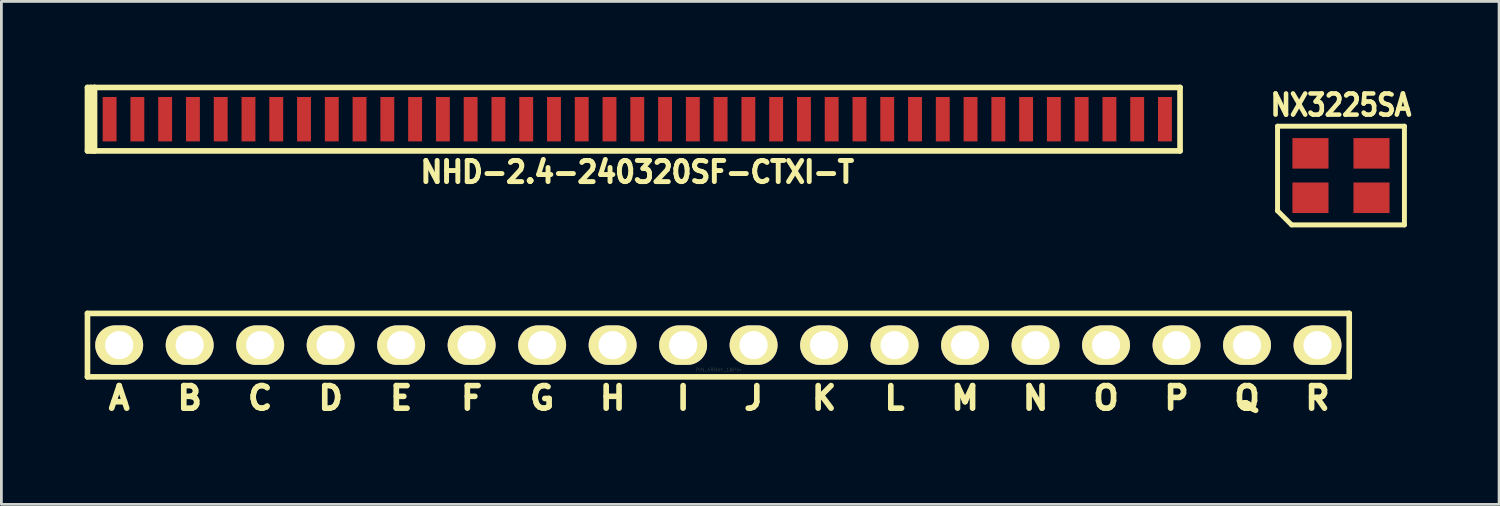
<source format=kicad_pcb>
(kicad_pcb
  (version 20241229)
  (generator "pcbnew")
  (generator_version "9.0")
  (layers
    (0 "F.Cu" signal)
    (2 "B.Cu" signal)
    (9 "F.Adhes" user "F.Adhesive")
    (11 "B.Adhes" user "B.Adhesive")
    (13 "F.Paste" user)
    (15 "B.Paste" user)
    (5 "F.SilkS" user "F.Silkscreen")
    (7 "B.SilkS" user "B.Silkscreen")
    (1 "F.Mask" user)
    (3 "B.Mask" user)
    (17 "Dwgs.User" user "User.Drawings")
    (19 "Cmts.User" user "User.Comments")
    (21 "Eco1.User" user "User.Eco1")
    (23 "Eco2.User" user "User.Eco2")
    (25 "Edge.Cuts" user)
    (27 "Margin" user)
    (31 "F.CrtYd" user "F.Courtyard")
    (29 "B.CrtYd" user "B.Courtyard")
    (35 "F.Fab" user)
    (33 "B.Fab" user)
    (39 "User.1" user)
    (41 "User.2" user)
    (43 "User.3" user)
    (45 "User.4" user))
  (footprint "PIN_ARRAY_18Pin"
    (layer "F.Cu")
    (at 22.835 9.387)
    (property "Reference" "PIN_ARRAY_18Pin" (at 0 0.889 0) (layer "F.SilkS") (effects (font (size 0.127 0.127) (thickness 0.003))))
    (attr through_hole)
    (fp_line (start -22.733 -1.143) (end -22.733 1.143) (stroke (width 0.203) (type solid)) (layer "F.SilkS"))
    (fp_line (start -22.733 -1.143) (end 22.733 -1.143) (stroke (width 0.203) (type solid)) (layer "F.SilkS"))
    (fp_line (start 22.733 -1.143) (end 22.733 1.143) (stroke (width 0.203) (type solid)) (layer "F.SilkS"))
    (fp_line (start 22.733 1.143) (end -22.733 1.143) (stroke (width 0.203) (type solid)) (layer "F.SilkS"))
    (fp_text user "G" (at -6.35 1.905 0) (layer "F.SilkS") (effects (font (size 0.813 0.813) (thickness 0.203))))
    (fp_text user "L" (at 6.35 1.905 0) (layer "F.SilkS") (effects (font (size 0.813 0.813) (thickness 0.203))))
    (fp_text user "C" (at -16.51 1.905 0) (layer "F.SilkS") (effects (font (size 0.813 0.813) (thickness 0.203))))
    (fp_text user "B" (at -19.05 1.905 0) (layer "F.SilkS") (effects (font (size 0.813 0.813) (thickness 0.203))))
    (fp_text user "M" (at 8.89 1.905 0) (layer "F.SilkS") (effects (font (size 0.813 0.813) (thickness 0.203))))
    (fp_text user "E" (at -11.43 1.905 0) (layer "F.SilkS") (effects (font (size 0.813 0.813) (thickness 0.203))))
    (fp_text user "N" (at 11.43 1.905 0) (layer "F.SilkS") (effects (font (size 0.813 0.813) (thickness 0.203))))
    (fp_text user "Q" (at 19.05 1.905 0) (layer "F.SilkS") (effects (font (size 0.813 0.813) (thickness 0.203))))
    (fp_text user "K" (at 3.81 1.905 0) (layer "F.SilkS") (effects (font (size 0.813 0.813) (thickness 0.203))))
    (fp_text user "H" (at -3.81 1.905 0) (layer "F.SilkS") (effects (font (size 0.813 0.813) (thickness 0.203))))
    (fp_text user "R" (at 21.59 1.905 0) (layer "F.SilkS") (effects (font (size 0.813 0.813) (thickness 0.203))))
    (fp_text user "J" (at 1.27 1.905 0) (layer "F.SilkS") (effects (font (size 0.813 0.813) (thickness 0.203))))
    (fp_text user "I" (at -1.27 1.905 0) (layer "F.SilkS") (effects (font (size 0.813 0.813) (thickness 0.203))))
    (fp_text user "D" (at -13.97 1.905 0) (layer "F.SilkS") (effects (font (size 0.813 0.813) (thickness 0.203))))
    (fp_text user "F" (at -8.89 1.905 0) (layer "F.SilkS") (effects (font (size 0.813 0.813) (thickness 0.203))))
    (fp_text user "O" (at 13.97 1.905 0) (layer "F.SilkS") (effects (font (size 0.813 0.813) (thickness 0.203))))
    (fp_text user "P" (at 16.51 1.905 0) (layer "F.SilkS") (effects (font (size 0.813 0.813) (thickness 0.203))))
    (fp_text user "A" (at -21.59 1.905 0) (layer "F.SilkS") (effects (font (size 0.813 0.813) (thickness 0.203))))
    (pad "1" thru_hole oval (at -21.59 0) (size 1.727 1.422) (drill 1.016) (layers "*.Cu" "*.Mask" "F.SilkS"))
    (pad "2" thru_hole oval (at -19.05 0) (size 1.727 1.422) (drill 1.016) (layers "*.Cu" "*.Mask" "F.SilkS"))
    (pad "3" thru_hole oval (at -16.51 0) (size 1.727 1.422) (drill 1.016) (layers "*.Cu" "*.Mask" "F.SilkS"))
    (pad "4" thru_hole oval (at -13.97 0) (size 1.727 1.422) (drill 1.016) (layers "*.Cu" "*.Mask" "F.SilkS"))
    (pad "5" thru_hole oval (at -11.43 0) (size 1.727 1.422) (drill 1.016) (layers "*.Cu" "*.Mask" "F.SilkS"))
    (pad "6" thru_hole oval (at -8.89 0) (size 1.727 1.422) (drill 1.016) (layers "*.Cu" "*.Mask" "F.SilkS"))
    (pad "7" thru_hole oval (at -6.35 0) (size 1.727 1.422) (drill 1.016) (layers "*.Cu" "*.Mask" "F.SilkS"))
    (pad "8" thru_hole oval (at -3.81 0) (size 1.727 1.422) (drill 1.016) (layers "*.Cu" "*.Mask" "F.SilkS"))
    (pad "9" thru_hole oval (at -1.27 0) (size 1.727 1.422) (drill 1.016) (layers "*.Cu" "*.Mask" "F.SilkS"))
    (pad "10" thru_hole oval (at 1.27 0) (size 1.727 1.422) (drill 1.016) (layers "*.Cu" "*.Mask" "F.SilkS"))
    (pad "11" thru_hole oval (at 3.81 0) (size 1.727 1.422) (drill 1.016) (layers "*.Cu" "*.Mask" "F.SilkS"))
    (pad "12" thru_hole oval (at 6.35 0) (size 1.727 1.422) (drill 1.016) (layers "*.Cu" "*.Mask" "F.SilkS"))
    (pad "13" thru_hole oval (at 8.89 0) (size 1.727 1.422) (drill 1.016) (layers "*.Cu" "*.Mask" "F.SilkS"))
    (pad "14" thru_hole oval (at 11.43 0) (size 1.727 1.422) (drill 1.016) (layers "*.Cu" "*.Mask" "F.SilkS"))
    (pad "15" thru_hole oval (at 13.97 0) (size 1.727 1.422) (drill 1.016) (layers "*.Cu" "*.Mask" "F.SilkS"))
    (pad "16" thru_hole oval (at 16.51 0) (size 1.727 1.422) (drill 1.016) (layers "*.Cu" "*.Mask" "F.SilkS"))
    (pad "17" thru_hole oval (at 19.05 0) (size 1.727 1.422) (drill 1.016) (layers "*.Cu" "*.Mask" "F.SilkS"))
    (pad "18" thru_hole oval (at 21.59 0) (size 1.727 1.422) (drill 1.016) (layers "*.Cu" "*.Mask" "F.SilkS")))
  (footprint "NHD-2.4-240320SF-CTXI-T"
    (layer "F.Cu")
    (at 19.914 1.245)
    (property "Reference" "NHD-2.4-240320SF-CTXI-T" (at 0 1.905 0) (layer "F.SilkS") (effects (font (size 0.762 0.711) (thickness 0.178))))
    (attr through_hole)
    (fp_line (start -19.812 -1.143) (end -19.812 1.143) (stroke (width 0.203) (type solid)) (layer "F.SilkS"))
    (fp_line (start -19.812 1.143) (end -19.558 1.143) (stroke (width 0.203) (type solid)) (layer "F.SilkS"))
    (fp_line (start -19.685 1.143) (end -19.685 -1.143) (stroke (width 0.203) (type solid)) (layer "F.SilkS"))
    (fp_line (start -19.558 -1.143) (end -19.812 -1.143) (stroke (width 0.203) (type solid)) (layer "F.SilkS"))
    (fp_line (start -19.558 -1.143) (end -19.558 1.143) (stroke (width 0.203) (type solid)) (layer "F.SilkS"))
    (fp_line (start -19.558 1.143) (end 19.558 1.143) (stroke (width 0.203) (type solid)) (layer "F.SilkS"))
    (fp_line (start 19.558 -1.143) (end -19.558 -1.143) (stroke (width 0.203) (type solid)) (layer "F.SilkS"))
    (fp_line (start 19.558 1.143) (end 19.558 -1.143) (stroke (width 0.203) (type solid)) (layer "F.SilkS"))
    (pad "1" smd rect (at -19.014 0) (size 0.5 1.6) (layers "F.Cu" "F.Mask" "F.Paste"))
    (pad "2" smd rect (at -18.014 0) (size 0.5 1.6) (layers "F.Cu" "F.Mask" "F.Paste"))
    (pad "3" smd rect (at -17.013 0) (size 0.5 1.6) (layers "F.Cu" "F.Mask" "F.Paste"))
    (pad "4" smd rect (at -16.012 0) (size 0.5 1.6) (layers "F.Cu" "F.Mask" "F.Paste"))
    (pad "5" smd rect (at -15.011 0) (size 0.5 1.6) (layers "F.Cu" "F.Mask" "F.Paste"))
    (pad "6" smd rect (at -14.011 0) (size 0.5 1.6) (layers "F.Cu" "F.Mask" "F.Paste"))
    (pad "7" smd rect (at -13.01 0) (size 0.5 1.6) (layers "F.Cu" "F.Mask" "F.Paste"))
    (pad "8" smd rect (at -12.009 0) (size 0.5 1.6) (layers "F.Cu" "F.Mask" "F.Paste"))
    (pad "9" smd rect (at -11.008 0) (size 0.5 1.6) (layers "F.Cu" "F.Mask" "F.Paste"))
    (pad "10" smd rect (at -10.008 0) (size 0.5 1.6) (layers "F.Cu" "F.Mask" "F.Paste"))
    (pad "11" smd rect (at -9.007 0) (size 0.5 1.6) (layers "F.Cu" "F.Mask" "F.Paste"))
    (pad "12" smd rect (at -8.006 0) (size 0.5 1.6) (layers "F.Cu" "F.Mask" "F.Paste"))
    (pad "13" smd rect (at -7.005 0) (size 0.5 1.6) (layers "F.Cu" "F.Mask" "F.Paste"))
    (pad "14" smd rect (at -6.005 0) (size 0.5 1.6) (layers "F.Cu" "F.Mask" "F.Paste"))
    (pad "15" smd rect (at -5.004 0) (size 0.5 1.6) (layers "F.Cu" "F.Mask" "F.Paste"))
    (pad "16" smd rect (at -4.003 0) (size 0.5 1.6) (layers "F.Cu" "F.Mask" "F.Paste"))
    (pad "17" smd rect (at -3.002 0) (size 0.5 1.6) (layers "F.Cu" "F.Mask" "F.Paste"))
    (pad "18" smd rect (at -2.002 0) (size 0.5 1.6) (layers "F.Cu" "F.Mask" "F.Paste"))
    (pad "19" smd rect (at -1.001 0) (size 0.5 1.6) (layers "F.Cu" "F.Mask" "F.Paste"))
    (pad "20" smd rect (at 0 0) (size 0.5 1.6) (layers "F.Cu" "F.Mask" "F.Paste"))
    (pad "21" smd rect (at 1.001 0) (size 0.5 1.6) (layers "F.Cu" "F.Mask" "F.Paste"))
    (pad "22" smd rect (at 2.002 0) (size 0.5 1.6) (layers "F.Cu" "F.Mask" "F.Paste"))
    (pad "23" smd rect (at 3.002 0) (size 0.5 1.6) (layers "F.Cu" "F.Mask" "F.Paste"))
    (pad "24" smd rect (at 4.003 0) (size 0.5 1.6) (layers "F.Cu" "F.Mask" "F.Paste"))
    (pad "25" smd rect (at 5.004 0) (size 0.5 1.6) (layers "F.Cu" "F.Mask" "F.Paste"))
    (pad "26" smd rect (at 6.005 0) (size 0.5 1.6) (layers "F.Cu" "F.Mask" "F.Paste"))
    (pad "27" smd rect (at 7.005 0) (size 0.5 1.6) (layers "F.Cu" "F.Mask" "F.Paste"))
    (pad "28" smd rect (at 8.006 0) (size 0.5 1.6) (layers "F.Cu" "F.Mask" "F.Paste"))
    (pad "29" smd rect (at 9.007 0) (size 0.5 1.6) (layers "F.Cu" "F.Mask" "F.Paste"))
    (pad "30" smd rect (at 10.008 0) (size 0.5 1.6) (layers "F.Cu" "F.Mask" "F.Paste"))
    (pad "31" smd rect (at 11.008 0) (size 0.5 1.6) (layers "F.Cu" "F.Mask" "F.Paste"))
    (pad "32" smd rect (at 12.009 0) (size 0.5 1.6) (layers "F.Cu" "F.Mask" "F.Paste"))
    (pad "33" smd rect (at 13.01 0) (size 0.5 1.6) (layers "F.Cu" "F.Mask" "F.Paste"))
    (pad "34" smd rect (at 14.011 0) (size 0.5 1.6) (layers "F.Cu" "F.Mask" "F.Paste"))
    (pad "35" smd rect (at 15.011 0) (size 0.5 1.6) (layers "F.Cu" "F.Mask" "F.Paste"))
    (pad "36" smd rect (at 16.012 0) (size 0.5 1.6) (layers "F.Cu" "F.Mask" "F.Paste"))
    (pad "37" smd rect (at 17.013 0) (size 0.5 1.6) (layers "F.Cu" "F.Mask" "F.Paste"))
    (pad "38" smd rect (at 18.014 0) (size 0.5 1.6) (layers "F.Cu" "F.Mask" "F.Paste"))
    (pad "39" smd rect (at 19.014 0) (size 0.5 1.6) (layers "F.Cu" "F.Mask" "F.Paste")))
  (footprint "NX3225SA"
    (layer "F.Cu")
    (at 45.271 3.276)
    (property "Reference" "NX3225SA" (at 0 -2.54 0) (layer "F.SilkS") (effects (font (size 0.762 0.66) (thickness 0.203))))
    (attr smd)
    (fp_line (start -2.286 -1.778) (end -2.286 1.27) (stroke (width 0.178) (type solid)) (layer "F.SilkS"))
    (fp_line (start -2.286 1.27) (end -1.778 1.778) (stroke (width 0.178) (type solid)) (layer "F.SilkS"))
    (fp_line (start -1.778 1.778) (end 2.286 1.778) (stroke (width 0.178) (type solid)) (layer "F.SilkS"))
    (fp_line (start 2.286 -1.778) (end -2.286 -1.778) (stroke (width 0.178) (type solid)) (layer "F.SilkS"))
    (fp_line (start 2.286 1.778) (end 2.286 -1.778) (stroke (width 0.178) (type solid)) (layer "F.SilkS"))
    (pad "1" smd rect (at -1.1 0.8) (size 1.3 1.1) (layers "F.Cu" "F.Mask" "F.Paste"))
    (pad "2" smd rect (at 1.1 0.8) (size 1.3 1.1) (layers "F.Cu" "F.Mask" "F.Paste"))
    (pad "3" smd rect (at 1.1 -0.8) (size 1.3 1.1) (layers "F.Cu" "F.Mask" "F.Paste"))
    (pad "4" smd rect (at -1.1 -0.8) (size 1.3 1.1) (layers "F.Cu" "F.Mask" "F.Paste")))
  (gr_rect
    (start -3 -3)
    (end 50.968 15.124)
    (stroke (width 0.1) (type default))
    (fill no)
    (layer "Edge.Cuts")))
</source>
